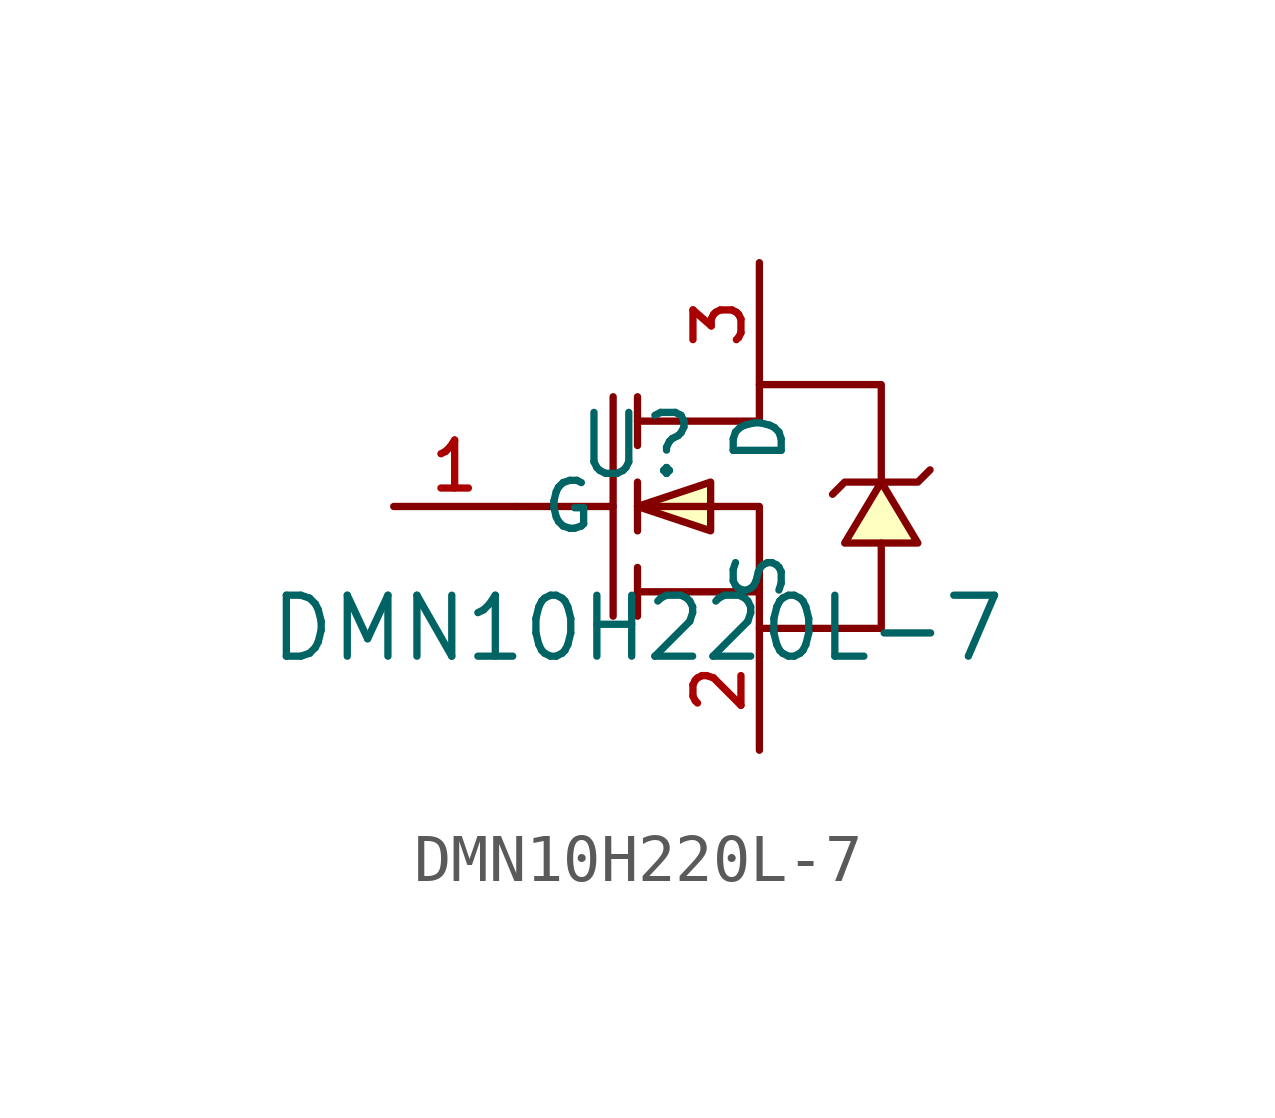
<source format=kicad_sym>
(kicad_symbol_lib
  (version 20210201)
  (generator TousstNicolas/JLC2KiCad_lib)
  (symbol "DMN10H220L-7"
    (property "Reference" "U"
      (at 0 1.27 0)
      (effects (font (size 1.27 1.27))))
    (property "Value" "DMN10H220L-7"
      (at 0 -2.54 0)
      (effects (font (size 1.27 1.27))))
    (symbol "DMN10H220L-7_0_1"
      (polyline (pts (xy 5.08 0.508) (xy 5.842 -0.762) (xy 4.318 -0.762) (xy 5.08 0.508)) (stroke (width 0) (type default) (color 0 0 0 0)) (fill (type background)))
      (polyline (pts (xy 0.0 -0.0) (xy 1.524 0.508) (xy 1.524 -0.508) (xy 0.0 -0.0)) (stroke (width 0) (type default) (color 0 0 0 0)) (fill (type background)))
      (polyline (pts (xy 0.0 1.778) (xy 2.54 1.778) (xy 2.54 2.54) (xy 5.08 2.54) (xy 5.08 0.508)) (stroke (width 0) (type default) (color 0 0 0 0)) (fill (type none)))
      (polyline (pts (xy 0.0 -0.0) (xy 2.54 -0.0) (xy 2.54 -2.54) (xy 5.08 -2.54) (xy 5.08 -0.762)) (stroke (width 0) (type default) (color 0 0 0 0)) (fill (type none)))
      (polyline (pts (xy 2.54 -1.778) (xy 0.0 -1.778)) (stroke (width 0) (type default) (color 0 0 0 0)) (fill (type none)))
      (polyline (pts (xy -0.508 2.286) (xy -0.508 -2.286)) (stroke (width 0) (type default) (color 0 0 0 0)) (fill (type none)))
      (polyline (pts (xy 0.0 2.286) (xy 0.0 1.27)) (stroke (width 0) (type default) (color 0 0 0 0)) (fill (type none)))
      (polyline (pts (xy 0.0 -0.508) (xy 0.0 0.508)) (stroke (width 0) (type default) (color 0 0 0 0)) (fill (type none)))
      (polyline (pts (xy 0.0 -2.286) (xy 0.0 -1.27)) (stroke (width 0) (type default) (color 0 0 0 0)) (fill (type none)))
      (polyline (pts (xy -2.54 -0.0) (xy -0.508 -0.0)) (stroke (width 0) (type default) (color 0 0 0 0)) (fill (type none)))
      (polyline (pts (xy 4.064 0.254) (xy 4.318 0.508) (xy 5.842 0.508) (xy 6.096 0.762)) (stroke (width 0) (type default) (color 0 0 0 0)) (fill (type none)))
      (pin unspecified line (at 2.54 -5.08 90) (length 2.54) (name "S" (effects (font (size 1 1)))) (number "2" (effects (font (size 1 1)))))
      (pin unspecified line (at -5.08 -0.0 0) (length 2.54) (name "G" (effects (font (size 1 1)))) (number "1" (effects (font (size 1 1)))))
      (pin unspecified line (at 2.54 5.08 270) (length 2.54) (name "D" (effects (font (size 1 1)))) (number "3" (effects (font (size 1 1))))))))
</source>
